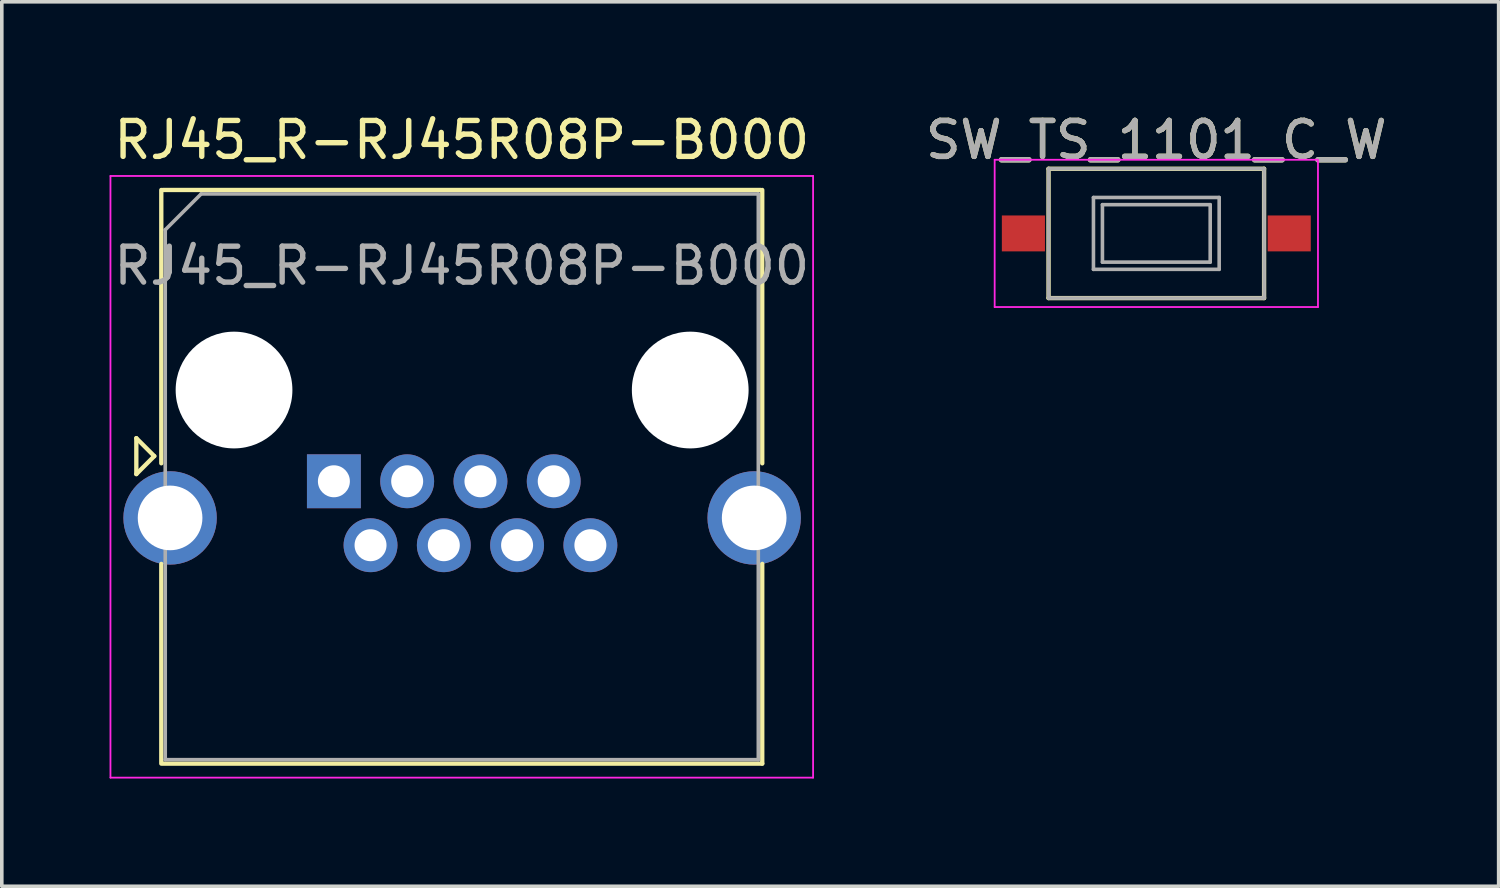
<source format=kicad_pcb>
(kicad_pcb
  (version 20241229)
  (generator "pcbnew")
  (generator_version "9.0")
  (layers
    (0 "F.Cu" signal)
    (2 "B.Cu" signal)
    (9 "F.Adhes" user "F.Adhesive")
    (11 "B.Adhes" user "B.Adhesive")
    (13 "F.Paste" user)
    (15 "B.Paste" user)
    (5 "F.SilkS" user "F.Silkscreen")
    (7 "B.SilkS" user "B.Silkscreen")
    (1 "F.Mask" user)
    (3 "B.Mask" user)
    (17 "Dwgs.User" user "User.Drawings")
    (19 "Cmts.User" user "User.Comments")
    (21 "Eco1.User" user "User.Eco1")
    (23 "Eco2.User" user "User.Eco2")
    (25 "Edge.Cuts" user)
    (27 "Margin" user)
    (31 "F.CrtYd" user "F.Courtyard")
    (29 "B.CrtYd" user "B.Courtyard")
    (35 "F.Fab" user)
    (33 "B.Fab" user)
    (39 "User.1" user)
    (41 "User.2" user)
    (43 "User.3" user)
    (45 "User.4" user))
  (footprint "RJ45_R-RJ45R08P-B000"
    (layer "F.Cu")
    (at 6.245 10.348)
    (property "Reference" "RJ45_R-RJ45R08P-B000" (at 3.56 -9.5 0) (layer "F.SilkS") (effects (font (size 1 1) (thickness 0.15))))
    (attr through_hole)
    (fp_line (start -5.5 -1.2) (end -5 -0.7) (stroke (width 0.12) (type solid)) (layer "F.SilkS"))
    (fp_line (start -5.5 -0.2) (end -5.5 -1.2) (stroke (width 0.12) (type solid)) (layer "F.SilkS"))
    (fp_line (start -5 -0.7) (end -5.5 -0.2) (stroke (width 0.12) (type solid)) (layer "F.SilkS"))
    (fp_line (start -4.805 -8.11) (end -4.805 -0.5) (stroke (width 0.12) (type solid)) (layer "F.SilkS"))
    (fp_line (start -4.805 7.86) (end -4.805 2.3) (stroke (width 0.12) (type solid)) (layer "F.SilkS"))
    (fp_line (start -4.76 -8.11) (end 11.88 -8.11) (stroke (width 0.12) (type solid)) (layer "F.SilkS"))
    (fp_line (start -4.76 7.86) (end 11.925 7.86) (stroke (width 0.12) (type solid)) (layer "F.SilkS"))
    (fp_line (start 11.925 -8.11) (end 11.925 -0.5) (stroke (width 0.12) (type solid)) (layer "F.SilkS"))
    (fp_line (start 11.925 7.86) (end 11.925 2.3) (stroke (width 0.12) (type solid)) (layer "F.SilkS"))
    (fp_line (start -6.22 -8.5) (end -6.22 8.25) (stroke (width 0.05) (type solid)) (layer "F.CrtYd"))
    (fp_line (start -6.22 -8.5) (end 13.34 -8.5) (stroke (width 0.05) (type solid)) (layer "F.CrtYd"))
    (fp_line (start -6.22 8.25) (end 13.34 8.25) (stroke (width 0.05) (type solid)) (layer "F.CrtYd"))
    (fp_line (start 13.34 -8.5) (end 13.34 8.25) (stroke (width 0.05) (type solid)) (layer "F.CrtYd"))
    (fp_line (start -4.695 -7) (end -4.695 7.75) (stroke (width 0.1) (type solid)) (layer "F.Fab"))
    (fp_line (start -4.695 -7) (end -3.695 -8) (stroke (width 0.1) (type solid)) (layer "F.Fab"))
    (fp_line (start -4.695 7.75) (end 11.815 7.75) (stroke (width 0.1) (type solid)) (layer "F.Fab"))
    (fp_line (start -3.695 -8) (end 11.815 -8) (stroke (width 0.1) (type solid)) (layer "F.Fab"))
    (fp_line (start 11.815 -8) (end 11.815 7.75) (stroke (width 0.1) (type solid)) (layer "F.Fab"))
    (fp_text user "${REFERENCE}" (at 3.56 -6 0) (layer "F.Fab") (effects (font (size 1 1) (thickness 0.15))))
    (pad "" np_thru_hole circle (at -2.78 -2.54) (size 3.25 3.25) (drill 3.25) (layers "*.Cu" "*.Mask"))
    (pad "" np_thru_hole circle (at 9.92 -2.54) (size 3.25 3.25) (drill 3.25) (layers "*.Cu" "*.Mask"))
    (pad "1" thru_hole rect (at 0 0) (size 1.5 1.5) (drill 0.89) (layers "*.Cu" "*.Mask"))
    (pad "2" thru_hole circle (at 1.02 1.78) (size 1.5 1.5) (drill 0.89) (layers "*.Cu" "*.Mask"))
    (pad "3" thru_hole circle (at 2.04 0) (size 1.5 1.5) (drill 0.89) (layers "*.Cu" "*.Mask"))
    (pad "4" thru_hole circle (at 3.06 1.78) (size 1.5 1.5) (drill 0.89) (layers "*.Cu" "*.Mask"))
    (pad "5" thru_hole circle (at 4.08 0) (size 1.5 1.5) (drill 0.89) (layers "*.Cu" "*.Mask"))
    (pad "6" thru_hole circle (at 5.1 1.78) (size 1.5 1.5) (drill 0.89) (layers "*.Cu" "*.Mask"))
    (pad "7" thru_hole circle (at 6.12 0) (size 1.5 1.5) (drill 0.89) (layers "*.Cu" "*.Mask"))
    (pad "8" thru_hole circle (at 7.14 1.78) (size 1.5 1.5) (drill 0.89) (layers "*.Cu" "*.Mask"))
    (pad "SH" thru_hole circle (at -4.56 1.02) (size 2.6 2.6) (drill 1.8) (layers "*.Cu" "*.Mask"))
    (pad "SH" thru_hole circle (at 11.7 1.02) (size 2.6 2.6) (drill 1.8) (layers "*.Cu" "*.Mask")))
  (footprint "SW_TS_1101_C_W"
    (layer "F.Cu")
    (at 29.14 3.448)
    (property "Reference" "SW_TS_1101_C_W" (at 0 -2.6 0) (layer "F.SilkS") (effects (font (size 1 1) (thickness 0.15))))
    (attr smd)
    (fp_line (start -3 -1.8) (end 3 -1.8) (stroke (width 0.12) (type solid)) (layer "F.SilkS"))
    (fp_line (start -3 1.8) (end -3 -1.8) (stroke (width 0.12) (type solid)) (layer "F.SilkS"))
    (fp_line (start 3 -1.8) (end 3 1.8) (stroke (width 0.12) (type solid)) (layer "F.SilkS"))
    (fp_line (start 3 1.8) (end -3 1.8) (stroke (width 0.12) (type solid)) (layer "F.SilkS"))
    (fp_line (start -4.5 -2.05) (end 4.5 -2.05) (stroke (width 0.05) (type solid)) (layer "F.CrtYd"))
    (fp_line (start -4.5 2.05) (end -4.5 -2.05) (stroke (width 0.05) (type solid)) (layer "F.CrtYd"))
    (fp_line (start 4.5 -2.05) (end 4.5 2.05) (stroke (width 0.05) (type solid)) (layer "F.CrtYd"))
    (fp_line (start 4.5 2.05) (end -4.5 2.05) (stroke (width 0.05) (type solid)) (layer "F.CrtYd"))
    (fp_line (start -3 -1.8) (end -3 1.8) (stroke (width 0.1) (type solid)) (layer "F.Fab"))
    (fp_line (start -3 -1.8) (end 3 -1.8) (stroke (width 0.1) (type solid)) (layer "F.Fab"))
    (fp_line (start -3 1.8) (end 3 1.8) (stroke (width 0.1) (type solid)) (layer "F.Fab"))
    (fp_line (start -1.75 -1) (end 1.75 -1) (stroke (width 0.1) (type solid)) (layer "F.Fab"))
    (fp_line (start -1.75 1) (end -1.75 -1) (stroke (width 0.1) (type solid)) (layer "F.Fab"))
    (fp_line (start -1.5 -0.8) (end -1.5 0.8) (stroke (width 0.1) (type solid)) (layer "F.Fab"))
    (fp_line (start -1.5 -0.8) (end 1.5 -0.8) (stroke (width 0.1) (type solid)) (layer "F.Fab"))
    (fp_line (start -1.5 0.8) (end 1.5 0.8) (stroke (width 0.1) (type solid)) (layer "F.Fab"))
    (fp_line (start 1.5 -0.8) (end 1.5 0.8) (stroke (width 0.1) (type solid)) (layer "F.Fab"))
    (fp_line (start 1.75 -1) (end 1.75 1) (stroke (width 0.1) (type solid)) (layer "F.Fab"))
    (fp_line (start 1.75 1) (end -1.75 1) (stroke (width 0.1) (type solid)) (layer "F.Fab"))
    (fp_line (start 3 -1.8) (end 3 1.8) (stroke (width 0.1) (type solid)) (layer "F.Fab"))
    (fp_text user "${REFERENCE}" (at 0 -2.6 0) (layer "F.Fab") (effects (font (size 1 1) (thickness 0.15))))
    (pad "1" smd rect (at -3.7 0) (size 1.2 1) (layers "F.Cu" "F.Mask" "F.Paste"))
    (pad "2" smd rect (at 3.7 0) (size 1.2 1) (layers "F.Cu" "F.Mask" "F.Paste")))
  (gr_rect
    (start -3 -3)
    (end 38.67 21.623)
    (stroke (width 0.1) (type default))
    (fill no)
    (layer "Edge.Cuts")))
</source>
